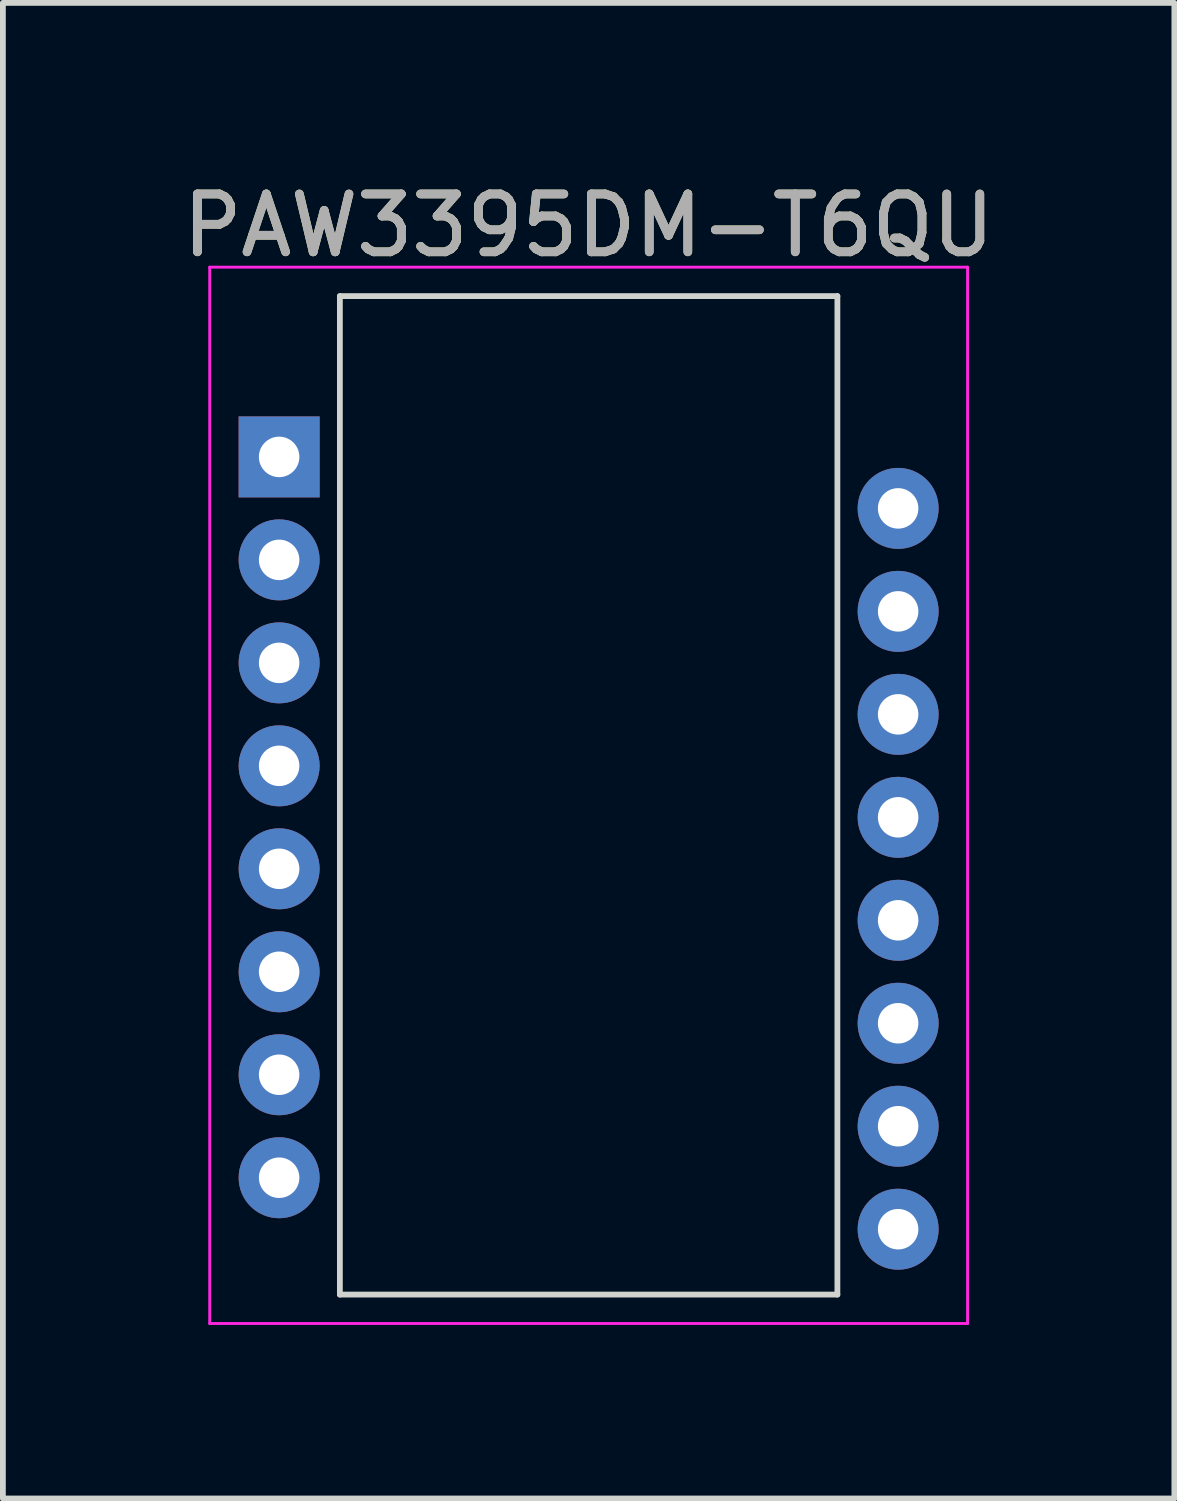
<source format=kicad_pcb>
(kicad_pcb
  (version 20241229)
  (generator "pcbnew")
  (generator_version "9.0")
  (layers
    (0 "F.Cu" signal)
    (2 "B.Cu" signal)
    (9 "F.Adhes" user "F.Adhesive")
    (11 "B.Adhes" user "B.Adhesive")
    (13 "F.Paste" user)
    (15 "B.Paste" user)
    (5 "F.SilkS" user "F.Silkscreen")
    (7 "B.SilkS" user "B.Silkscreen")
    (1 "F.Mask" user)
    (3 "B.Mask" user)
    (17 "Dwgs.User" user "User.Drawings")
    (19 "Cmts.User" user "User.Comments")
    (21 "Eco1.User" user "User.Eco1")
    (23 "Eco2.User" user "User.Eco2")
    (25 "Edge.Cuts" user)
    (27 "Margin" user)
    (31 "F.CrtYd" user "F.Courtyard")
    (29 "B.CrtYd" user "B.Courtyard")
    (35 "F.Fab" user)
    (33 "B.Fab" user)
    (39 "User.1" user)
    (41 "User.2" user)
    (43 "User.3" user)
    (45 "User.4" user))
  (footprint "PAW3395DM-T6QU"
    (layer "F.Cu")
    (at 1.775 4.848)
    (property "Reference" "PAW3395DM-T6QU" (at 5.35 -4 0) (layer "F.SilkS") (effects (font (size 1 1) (thickness 0.15))))
    (attr through_hole)
    (fp_line (start 1.05 -2.78) (end 9.65 -2.78) (stroke (width 0.1) (type solid)) (layer "Edge.Cuts"))
    (fp_line (start 1.05 14.48) (end 1.05 -2.78) (stroke (width 0.1) (type solid)) (layer "Edge.Cuts"))
    (fp_line (start 1.05 14.48) (end 9.65 14.48) (stroke (width 0.1) (type solid)) (layer "Edge.Cuts"))
    (fp_line (start 9.65 14.48) (end 9.65 -2.78) (stroke (width 0.1) (type solid)) (layer "Edge.Cuts"))
    (fp_line (start -1.2 -3.28) (end -1.2 14.98) (stroke (width 0.05) (type solid)) (layer "F.CrtYd"))
    (fp_line (start -1.2 14.98) (end 11.9 14.98) (stroke (width 0.05) (type solid)) (layer "F.CrtYd"))
    (fp_line (start 11.9 -3.28) (end -1.2 -3.28) (stroke (width 0.05) (type solid)) (layer "F.CrtYd"))
    (fp_line (start 11.9 14.98) (end 11.9 -3.28) (stroke (width 0.05) (type solid)) (layer "F.CrtYd"))
    (fp_text user "${REFERENCE}" (at 5.35 -4 180) (layer "F.Fab") (effects (font (size 1 1) (thickness 0.15))))
    (pad "1" thru_hole rect (at 0 0) (size 1.4 1.4) (drill 0.7) (layers "*.Cu" "*.Mask"))
    (pad "2" thru_hole oval (at 0 1.78) (size 1.4 1.4) (drill 0.7) (layers "*.Cu" "*.Mask"))
    (pad "3" thru_hole oval (at 0 3.56) (size 1.4 1.4) (drill 0.7) (layers "*.Cu" "*.Mask"))
    (pad "4" thru_hole oval (at 0 5.34) (size 1.4 1.4) (drill 0.7) (layers "*.Cu" "*.Mask"))
    (pad "5" thru_hole oval (at 0 7.12) (size 1.4 1.4) (drill 0.7) (layers "*.Cu" "*.Mask"))
    (pad "6" thru_hole oval (at 0 8.9) (size 1.4 1.4) (drill 0.7) (layers "*.Cu" "*.Mask"))
    (pad "7" thru_hole oval (at 0 10.68) (size 1.4 1.4) (drill 0.7) (layers "*.Cu" "*.Mask"))
    (pad "8" thru_hole oval (at 0 12.46) (size 1.4 1.4) (drill 0.7) (layers "*.Cu" "*.Mask"))
    (pad "9" thru_hole oval (at 10.7 13.35) (size 1.4 1.4) (drill 0.7) (layers "*.Cu" "*.Mask"))
    (pad "10" thru_hole oval (at 10.7 11.57) (size 1.4 1.4) (drill 0.7) (layers "*.Cu" "*.Mask"))
    (pad "11" thru_hole oval (at 10.7 9.79) (size 1.4 1.4) (drill 0.7) (layers "*.Cu" "*.Mask"))
    (pad "12" thru_hole oval (at 10.7 8.01) (size 1.4 1.4) (drill 0.7) (layers "*.Cu" "*.Mask"))
    (pad "13" thru_hole oval (at 10.7 6.23) (size 1.4 1.4) (drill 0.7) (layers "*.Cu" "*.Mask"))
    (pad "14" thru_hole oval (at 10.7 4.45) (size 1.4 1.4) (drill 0.7) (layers "*.Cu" "*.Mask"))
    (pad "15" thru_hole oval (at 10.7 2.67) (size 1.4 1.4) (drill 0.7) (layers "*.Cu" "*.Mask"))
    (pad "16" thru_hole oval (at 10.7 0.89) (size 1.4 1.4) (drill 0.7) (layers "*.Cu" "*.Mask")))
  (gr_rect
    (start -3 -3)
    (end 17.25 22.853)
    (stroke (width 0.1) (type default))
    (fill no)
    (layer "Edge.Cuts")))
</source>
